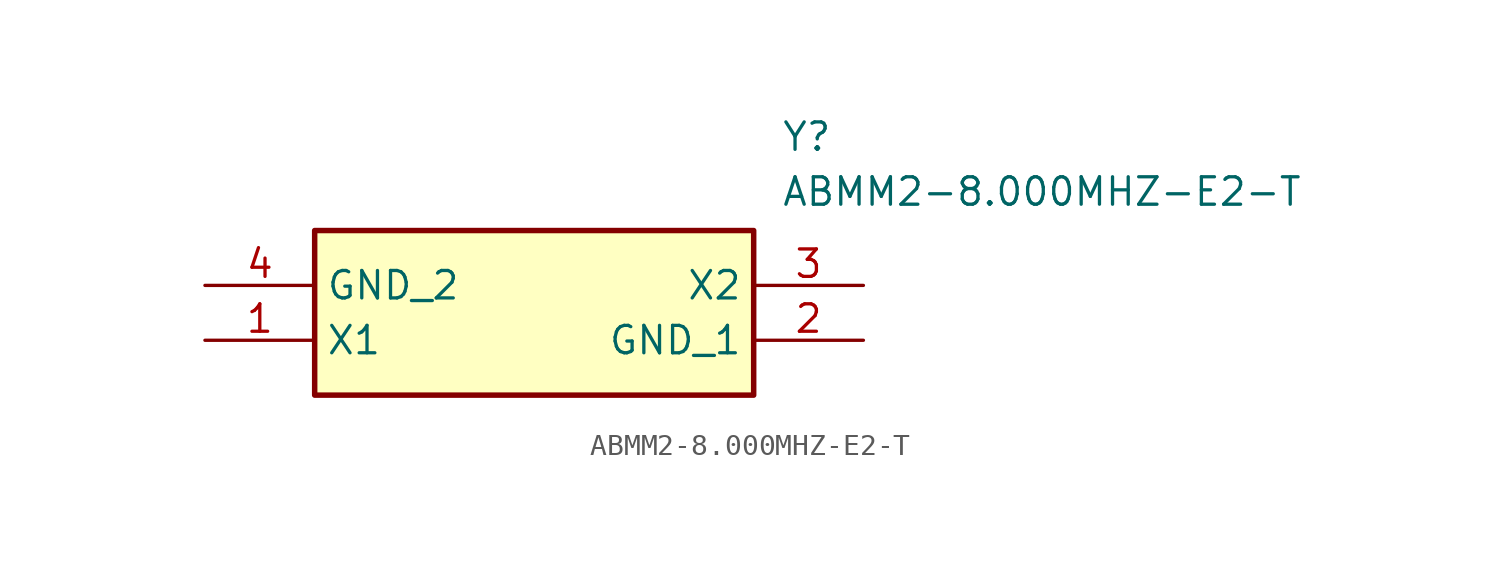
<source format=kicad_sym>
(kicad_symbol_lib
  (version 20211014)
  (generator SamacSys_ECAD_Model)
  (symbol "ABMM2-8.000MHZ-E2-T"
    (property "Reference" "Y"
      (at 26.67 7.62 0)
      (effects (font (size 1.27 1.27)) (justify left top)))
    (property "Value" "ABMM2-8.000MHZ-E2-T"
      (at 26.67 5.08 0)
      (effects (font (size 1.27 1.27)) (justify left top)))
    (rectangle
      (start 5.08 2.54)
      (end 25.4 -5.08)
      (stroke (width 0.254) (type default))
      (fill (type background)))
    (pin passive line
      (at 0 -2.54 0)
      (length 5.08)
      (name "X1" (effects (font (size 1.27 1.27))))
      (number "1" (effects (font (size 1.27 1.27)))))
    (pin passive line
      (at 30.48 -2.54 180)
      (length 5.08)
      (name "GND_1" (effects (font (size 1.27 1.27))))
      (number "2" (effects (font (size 1.27 1.27)))))
    (pin passive line
      (at 30.48 0 180)
      (length 5.08)
      (name "X2" (effects (font (size 1.27 1.27))))
      (number "3" (effects (font (size 1.27 1.27)))))
    (pin passive line
      (at 0 0 0)
      (length 5.08)
      (name "GND_2" (effects (font (size 1.27 1.27))))
      (number "4" (effects (font (size 1.27 1.27)))))))
</source>
